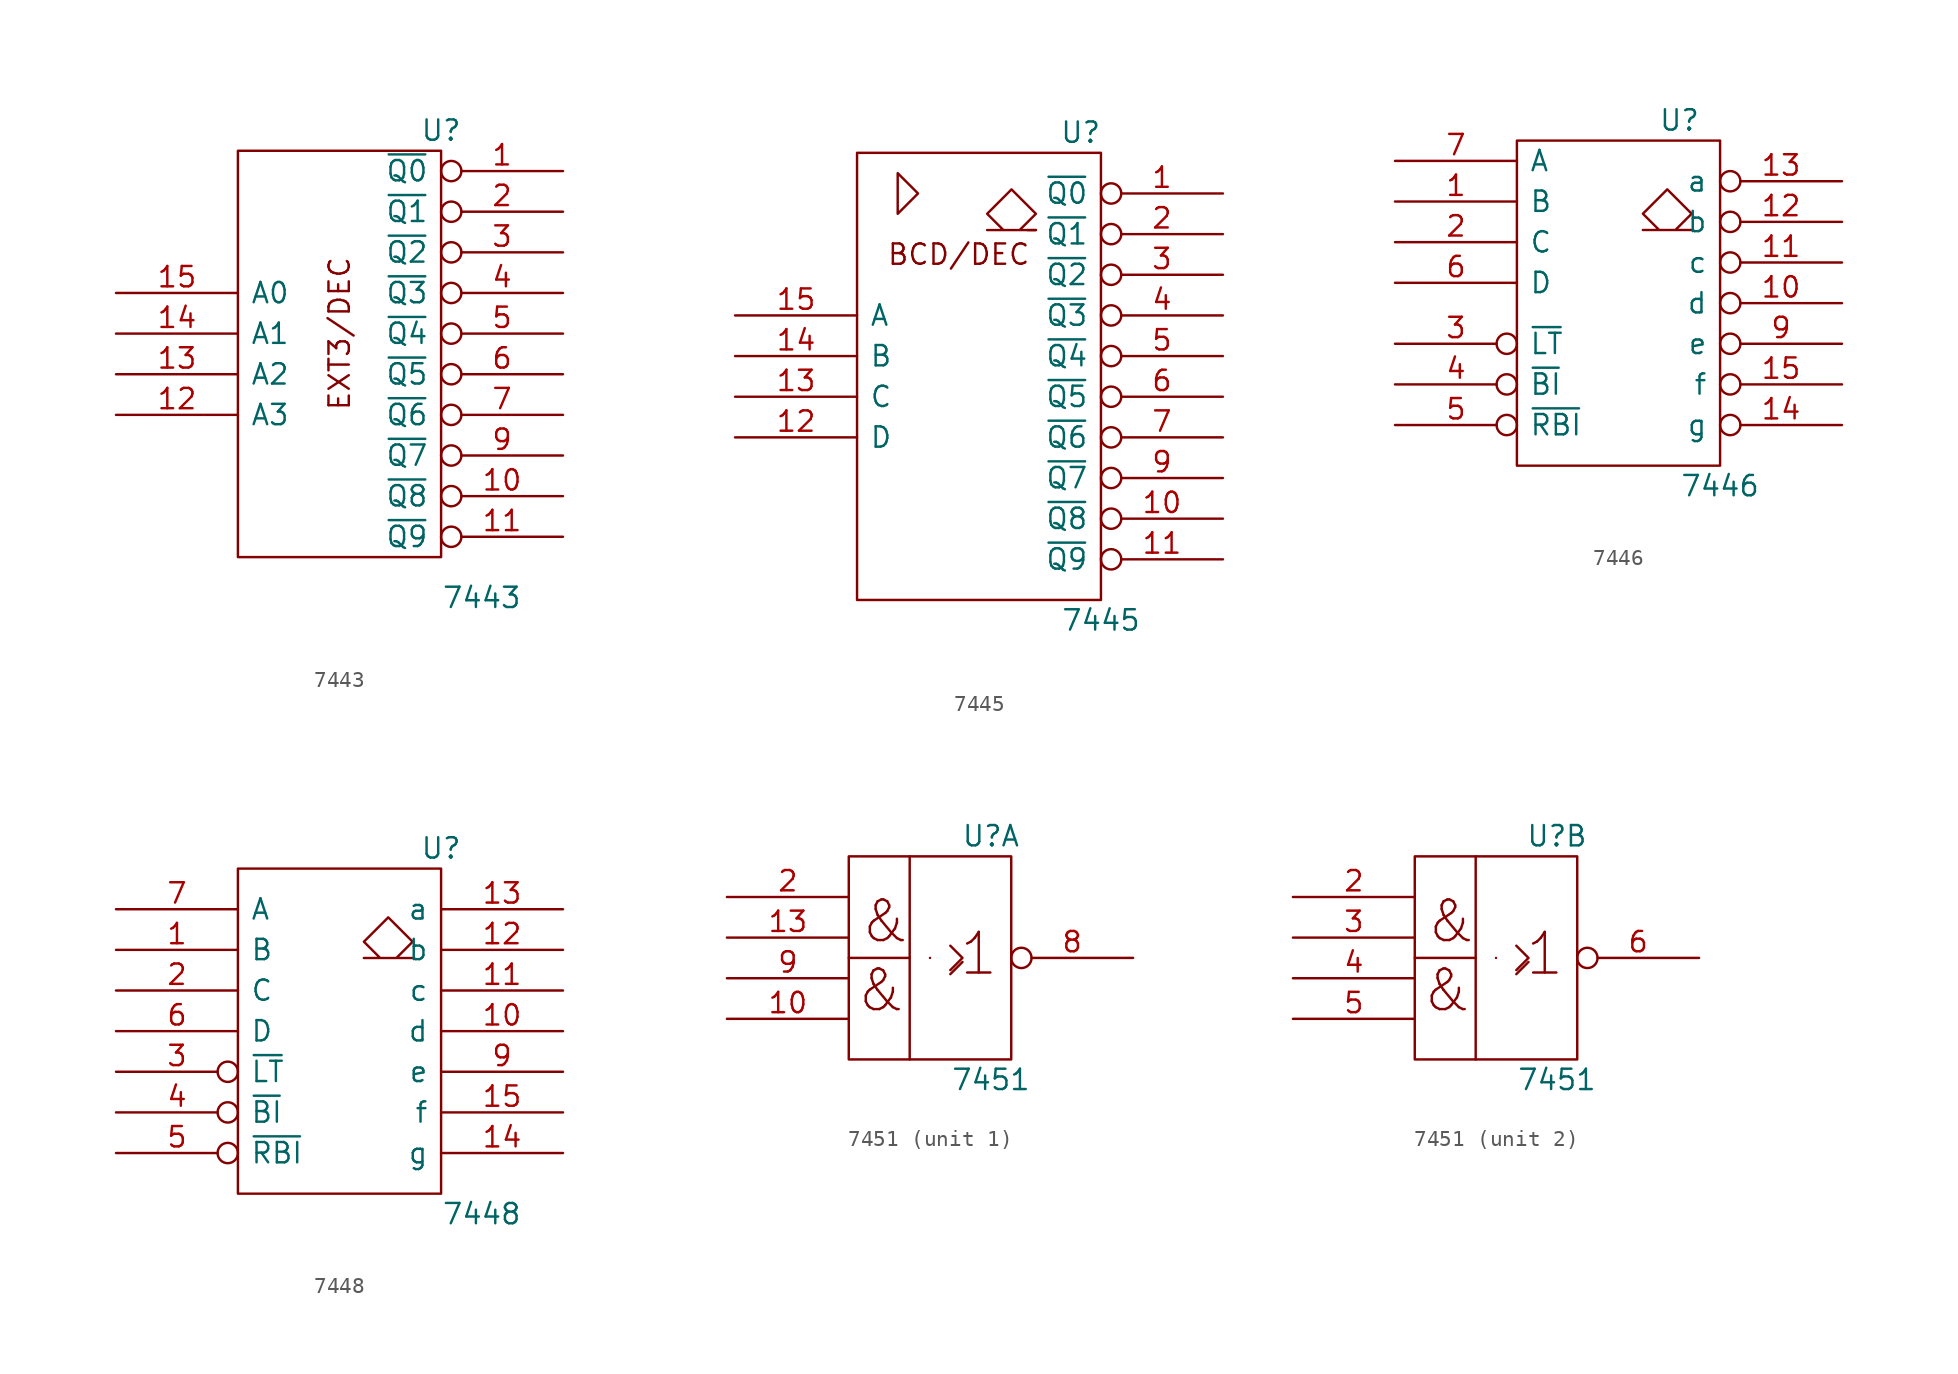
<source format=kicad_sym>
(kicad_symbol_lib
  (version 20201005)
  (generator kicad_symbol_editor)
  (symbol "74xx_IEEE:7443"
    (pin_names
      (offset 0.762))
    (property "Reference" "U"
      (at 6.35 13.97 0)
      (effects (font (size 1.27 1.27))))
    (property "Value" "7443"
      (at 8.89 -15.24 0)
      (effects (font (size 1.27 1.27))))
    (symbol "7443_0_0"
      (text "EXT3/DEC" (at 0 1.27 900) (effects (font (size 1.27 1.27))))
      (rectangle (start -6.35 12.7) (end 6.35 -12.7) (stroke (width 0)) (fill (type none)))
      (pin power_in line (at 0 12.7 270) (length 0) hide (name "VCC" (effects (font (size 1.27 1.27)))) (number "16" (effects (font (size 1.27 1.27)))))
      (pin power_in line (at 0 -12.7 90) (length 0) hide (name "GND" (effects (font (size 1.27 1.27)))) (number "8" (effects (font (size 1.27 1.27))))))
    (symbol "7443_1_1"
      (pin output inverted (at 13.97 11.43 180) (length 7.62) (name "~Q0" (effects (font (size 1.27 1.27)))) (number "1" (effects (font (size 1.27 1.27)))))
      (pin output inverted (at 13.97 -8.89 180) (length 7.62) (name "~Q8" (effects (font (size 1.27 1.27)))) (number "10" (effects (font (size 1.27 1.27)))))
      (pin output inverted (at 13.97 -11.43 180) (length 7.62) (name "~Q9" (effects (font (size 1.27 1.27)))) (number "11" (effects (font (size 1.27 1.27)))))
      (pin input line (at -13.97 -3.81 0) (length 7.62) (name "A3" (effects (font (size 1.27 1.27)))) (number "12" (effects (font (size 1.27 1.27)))))
      (pin input line (at -13.97 -1.27 0) (length 7.62) (name "A2" (effects (font (size 1.27 1.27)))) (number "13" (effects (font (size 1.27 1.27)))))
      (pin input line (at -13.97 1.27 0) (length 7.62) (name "A1" (effects (font (size 1.27 1.27)))) (number "14" (effects (font (size 1.27 1.27)))))
      (pin input line (at -13.97 3.81 0) (length 7.62) (name "A0" (effects (font (size 1.27 1.27)))) (number "15" (effects (font (size 1.27 1.27)))))
      (pin output inverted (at 13.97 8.89 180) (length 7.62) (name "~Q1" (effects (font (size 1.27 1.27)))) (number "2" (effects (font (size 1.27 1.27)))))
      (pin output inverted (at 13.97 6.35 180) (length 7.62) (name "~Q2" (effects (font (size 1.27 1.27)))) (number "3" (effects (font (size 1.27 1.27)))))
      (pin output inverted (at 13.97 3.81 180) (length 7.62) (name "~Q3" (effects (font (size 1.27 1.27)))) (number "4" (effects (font (size 1.27 1.27)))))
      (pin output inverted (at 13.97 1.27 180) (length 7.62) (name "~Q4" (effects (font (size 1.27 1.27)))) (number "5" (effects (font (size 1.27 1.27)))))
      (pin output inverted (at 13.97 -1.27 180) (length 7.62) (name "~Q5" (effects (font (size 1.27 1.27)))) (number "6" (effects (font (size 1.27 1.27)))))
      (pin output inverted (at 13.97 -3.81 180) (length 7.62) (name "~Q6" (effects (font (size 1.27 1.27)))) (number "7" (effects (font (size 1.27 1.27)))))
      (pin output inverted (at 13.97 -6.35 180) (length 7.62) (name "~Q7" (effects (font (size 1.27 1.27)))) (number "9" (effects (font (size 1.27 1.27)))))))
  (symbol "74xx_IEEE:7445"
    (pin_names
      (offset 0.762))
    (property "Reference" "U"
      (at 6.35 15.24 0)
      (effects (font (size 1.27 1.27))))
    (property "Value" "7445"
      (at 7.62 -15.24 0)
      (effects (font (size 1.27 1.27))))
    (symbol "7445_0_0"
      (text "BCD/DEC" (at -1.27 7.62 0) (effects (font (size 1.27 1.27))))
      (polyline (pts (xy 3.556 9.144) (xy 3.048 9.144) (xy 3.048 9.144)) (stroke (width 0)) (fill (type none)))
      (polyline (pts (xy -5.08 12.7) (xy -5.08 10.16) (xy -3.81 11.43) (xy -5.08 12.7) (xy -5.08 12.7)) (stroke (width 0)) (fill (type none)))
      (polyline (pts (xy 2.54 9.144) (xy 3.556 10.16) (xy 2.032 11.684) (xy 0.508 10.16) (xy 1.524 9.144) (xy 0.508 9.144) (xy 3.556 9.144)) (stroke (width 0)) (fill (type none)))
      (pin power_in line (at 0 13.97 270) (length 0) hide (name "VCC" (effects (font (size 1.27 1.27)))) (number "16" (effects (font (size 1.27 1.27)))))
      (pin power_in line (at 0 -13.97 90) (length 0) hide (name "GND" (effects (font (size 1.27 1.27)))) (number "8" (effects (font (size 1.27 1.27))))))
    (symbol "7445_0_1"
      (rectangle (start -7.62 13.97) (end 7.62 -13.97) (stroke (width 0)) (fill (type none))))
    (symbol "7445_1_1"
      (pin open_collector inverted (at 15.24 11.43 180) (length 7.62) (name "~Q0" (effects (font (size 1.27 1.27)))) (number "1" (effects (font (size 1.27 1.27)))))
      (pin open_collector inverted (at 15.24 -8.89 180) (length 7.62) (name "~Q8" (effects (font (size 1.27 1.27)))) (number "10" (effects (font (size 1.27 1.27)))))
      (pin open_collector inverted (at 15.24 -11.43 180) (length 7.62) (name "~Q9" (effects (font (size 1.27 1.27)))) (number "11" (effects (font (size 1.27 1.27)))))
      (pin input line (at -15.24 -3.81 0) (length 7.62) (name "D" (effects (font (size 1.27 1.27)))) (number "12" (effects (font (size 1.27 1.27)))))
      (pin input line (at -15.24 -1.27 0) (length 7.62) (name "C" (effects (font (size 1.27 1.27)))) (number "13" (effects (font (size 1.27 1.27)))))
      (pin input line (at -15.24 1.27 0) (length 7.62) (name "B" (effects (font (size 1.27 1.27)))) (number "14" (effects (font (size 1.27 1.27)))))
      (pin input line (at -15.24 3.81 0) (length 7.62) (name "A" (effects (font (size 1.27 1.27)))) (number "15" (effects (font (size 1.27 1.27)))))
      (pin open_collector inverted (at 15.24 8.89 180) (length 7.62) (name "~Q1" (effects (font (size 1.27 1.27)))) (number "2" (effects (font (size 1.27 1.27)))))
      (pin open_collector inverted (at 15.24 6.35 180) (length 7.62) (name "~Q2" (effects (font (size 1.27 1.27)))) (number "3" (effects (font (size 1.27 1.27)))))
      (pin open_collector inverted (at 15.24 3.81 180) (length 7.62) (name "~Q3" (effects (font (size 1.27 1.27)))) (number "4" (effects (font (size 1.27 1.27)))))
      (pin open_collector inverted (at 15.24 1.27 180) (length 7.62) (name "~Q4" (effects (font (size 1.27 1.27)))) (number "5" (effects (font (size 1.27 1.27)))))
      (pin open_collector inverted (at 15.24 -1.27 180) (length 7.62) (name "~Q5" (effects (font (size 1.27 1.27)))) (number "6" (effects (font (size 1.27 1.27)))))
      (pin open_collector inverted (at 15.24 -3.81 180) (length 7.62) (name "~Q6" (effects (font (size 1.27 1.27)))) (number "7" (effects (font (size 1.27 1.27)))))
      (pin open_collector inverted (at 15.24 -6.35 180) (length 7.62) (name "~Q7" (effects (font (size 1.27 1.27)))) (number "9" (effects (font (size 1.27 1.27)))))))
  (symbol "74xx_IEEE:7446"
    (pin_names
      (offset 0.762))
    (property "Reference" "U"
      (at 3.81 11.43 0)
      (effects (font (size 1.27 1.27))))
    (property "Value" "7446"
      (at 6.35 -11.43 0)
      (effects (font (size 1.27 1.27))))
    (symbol "7446_0_0"
      (rectangle (start -6.35 10.16) (end 6.35 -10.16) (stroke (width 0)) (fill (type none)))
      (polyline (pts (xy 3.556 4.572) (xy 4.572 5.588) (xy 3.048 7.112) (xy 1.524 5.588) (xy 2.54 4.572) (xy 1.524 4.572) (xy 4.572 4.572) (xy 4.572 4.572)) (stroke (width 0)) (fill (type none)))
      (pin power_in line (at 0 10.16 270) (length 0) hide (name "VCC" (effects (font (size 1.27 1.27)))) (number "16" (effects (font (size 1.27 1.27)))))
      (pin power_in line (at 0 -10.16 90) (length 0) hide (name "GND" (effects (font (size 1.27 1.27)))) (number "8" (effects (font (size 1.27 1.27))))))
    (symbol "7446_1_1"
      (pin input line (at -13.97 6.35 0) (length 7.62) (name "B" (effects (font (size 1.27 1.27)))) (number "1" (effects (font (size 1.27 1.27)))))
      (pin open_collector inverted (at 13.97 0 180) (length 7.62) (name "d" (effects (font (size 1.27 1.27)))) (number "10" (effects (font (size 1.27 1.27)))))
      (pin open_collector inverted (at 13.97 2.54 180) (length 7.62) (name "c" (effects (font (size 1.27 1.27)))) (number "11" (effects (font (size 1.27 1.27)))))
      (pin open_collector inverted (at 13.97 5.08 180) (length 7.62) (name "b" (effects (font (size 1.27 1.27)))) (number "12" (effects (font (size 1.27 1.27)))))
      (pin open_collector inverted (at 13.97 7.62 180) (length 7.62) (name "a" (effects (font (size 1.27 1.27)))) (number "13" (effects (font (size 1.27 1.27)))))
      (pin open_collector inverted (at 13.97 -7.62 180) (length 7.62) (name "g" (effects (font (size 1.27 1.27)))) (number "14" (effects (font (size 1.27 1.27)))))
      (pin open_collector inverted (at 13.97 -5.08 180) (length 7.62) (name "f" (effects (font (size 1.27 1.27)))) (number "15" (effects (font (size 1.27 1.27)))))
      (pin input line (at -13.97 3.81 0) (length 7.62) (name "C" (effects (font (size 1.27 1.27)))) (number "2" (effects (font (size 1.27 1.27)))))
      (pin input inverted (at -13.97 -2.54 0) (length 7.62) (name "~LT" (effects (font (size 1.27 1.27)))) (number "3" (effects (font (size 1.27 1.27)))))
      (pin input inverted (at -13.97 -5.08 0) (length 7.62) (name "~BI" (effects (font (size 1.27 1.27)))) (number "4" (effects (font (size 1.27 1.27)))))
      (pin input inverted (at -13.97 -7.62 0) (length 7.62) (name "~RBI" (effects (font (size 1.27 1.27)))) (number "5" (effects (font (size 1.27 1.27)))))
      (pin input line (at -13.97 1.27 0) (length 7.62) (name "D" (effects (font (size 1.27 1.27)))) (number "6" (effects (font (size 1.27 1.27)))))
      (pin input line (at -13.97 8.89 0) (length 7.62) (name "A" (effects (font (size 1.27 1.27)))) (number "7" (effects (font (size 1.27 1.27)))))
      (pin open_collector inverted (at 13.97 -2.54 180) (length 7.62) (name "e" (effects (font (size 1.27 1.27)))) (number "9" (effects (font (size 1.27 1.27)))))))
  (symbol "74xx_IEEE:7448"
    (pin_names
      (offset 0.762))
    (property "Reference" "U"
      (at 6.35 11.43 0)
      (effects (font (size 1.27 1.27))))
    (property "Value" "7448"
      (at 8.89 -11.43 0)
      (effects (font (size 1.27 1.27))))
    (symbol "7448_0_0"
      (rectangle (start -6.35 10.16) (end 6.35 -10.16) (stroke (width 0)) (fill (type none)))
      (polyline (pts (xy 3.556 4.572) (xy 4.572 5.588) (xy 3.048 7.112) (xy 1.524 5.588) (xy 2.54 4.572) (xy 1.524 4.572) (xy 4.572 4.572) (xy 4.572 4.572)) (stroke (width 0)) (fill (type none)))
      (pin power_in line (at 0 10.16 270) (length 0) hide (name "VCC" (effects (font (size 1.27 1.27)))) (number "16" (effects (font (size 1.27 1.27)))))
      (pin power_in line (at 0 -10.16 90) (length 0) hide (name "GND" (effects (font (size 1.27 1.27)))) (number "8" (effects (font (size 1.27 1.27))))))
    (symbol "7448_1_1"
      (pin input line (at -13.97 5.08 0) (length 7.62) (name "B" (effects (font (size 1.27 1.27)))) (number "1" (effects (font (size 1.27 1.27)))))
      (pin open_collector line (at 13.97 0 180) (length 7.62) (name "d" (effects (font (size 1.27 1.27)))) (number "10" (effects (font (size 1.27 1.27)))))
      (pin open_collector line (at 13.97 2.54 180) (length 7.62) (name "c" (effects (font (size 1.27 1.27)))) (number "11" (effects (font (size 1.27 1.27)))))
      (pin open_collector line (at 13.97 5.08 180) (length 7.62) (name "b" (effects (font (size 1.27 1.27)))) (number "12" (effects (font (size 1.27 1.27)))))
      (pin open_collector line (at 13.97 7.62 180) (length 7.62) (name "a" (effects (font (size 1.27 1.27)))) (number "13" (effects (font (size 1.27 1.27)))))
      (pin open_collector line (at 13.97 -7.62 180) (length 7.62) (name "g" (effects (font (size 1.27 1.27)))) (number "14" (effects (font (size 1.27 1.27)))))
      (pin open_collector line (at 13.97 -5.08 180) (length 7.62) (name "f" (effects (font (size 1.27 1.27)))) (number "15" (effects (font (size 1.27 1.27)))))
      (pin input line (at -13.97 2.54 0) (length 7.62) (name "C" (effects (font (size 1.27 1.27)))) (number "2" (effects (font (size 1.27 1.27)))))
      (pin input inverted (at -13.97 -2.54 0) (length 7.62) (name "~LT" (effects (font (size 1.27 1.27)))) (number "3" (effects (font (size 1.27 1.27)))))
      (pin input inverted (at -13.97 -5.08 0) (length 7.62) (name "~BI" (effects (font (size 1.27 1.27)))) (number "4" (effects (font (size 1.27 1.27)))))
      (pin input inverted (at -13.97 -7.62 0) (length 7.62) (name "~RBI" (effects (font (size 1.27 1.27)))) (number "5" (effects (font (size 1.27 1.27)))))
      (pin input line (at -13.97 0 0) (length 7.62) (name "D" (effects (font (size 1.27 1.27)))) (number "6" (effects (font (size 1.27 1.27)))))
      (pin input line (at -13.97 7.62 0) (length 7.62) (name "A" (effects (font (size 1.27 1.27)))) (number "7" (effects (font (size 1.27 1.27)))))
      (pin open_collector line (at 13.97 -2.54 180) (length 7.62) (name "e" (effects (font (size 1.27 1.27)))) (number "9" (effects (font (size 1.27 1.27)))))))
  (symbol "74xx_IEEE:7451"
    (pin_names
      (offset 0.762))
    (property "Reference" "U"
      (at 3.81 7.62 0)
      (effects (font (size 1.27 1.27))))
    (property "Value" "7451"
      (at 3.81 -7.62 0)
      (effects (font (size 1.27 1.27))))
    (symbol "7451_0_0"
      (text "&" (at -3.048 -2.032 0) (effects (font (size 2.54 2.54))))
      (text "&" (at -2.794 2.286 0) (effects (font (size 2.54 2.54))))
      (text "1" (at 3.048 0.254 0) (effects (font (size 2.54 2.54))))
      (rectangle (start 0 0) (end 0 0) (stroke (width 0)) (fill (type none)))
      (polyline (pts (xy 1.27 -1.016) (xy 2.032 -0.254) (xy 2.032 -0.254)) (stroke (width 0)) (fill (type none)))
      (polyline (pts (xy 1.27 0.762) (xy 2.032 0) (xy 1.27 -0.762) (xy 1.27 -0.762)) (stroke (width 0)) (fill (type none))))
    (symbol "7451_0_1"
      (rectangle (start -5.08 6.35) (end 5.08 -6.35) (stroke (width 0)) (fill (type none)))
      (polyline (pts (xy -1.27 0) (xy -1.27 -6.35) (xy -1.27 -6.35)) (stroke (width 0)) (fill (type none)))
      (polyline (pts (xy -1.27 6.35) (xy -1.27 0) (xy -5.08 0) (xy -5.08 0)) (stroke (width 0)) (fill (type none)))
      (pin power_in line (at 0 6.35 270) (length 0) hide (name "VCC" (effects (font (size 1.27 1.27)))) (number "14" (effects (font (size 1.27 1.27)))))
      (pin power_in line (at 0 -6.35 90) (length 0) hide (name "GND" (effects (font (size 1.27 1.27)))) (number "7" (effects (font (size 1.27 1.27))))))
    (symbol "7451_1_1"
      (pin input line (at -12.7 -3.81 0) (length 7.62) (name "~" (effects (font (size 1.27 1.27)))) (number "10" (effects (font (size 1.27 1.27)))))
      (pin input line (at -12.7 1.27 0) (length 7.62) (name "~" (effects (font (size 1.27 1.27)))) (number "13" (effects (font (size 1.27 1.27)))))
      (pin input line (at -12.7 3.81 0) (length 7.62) (name "~" (effects (font (size 1.27 1.27)))) (number "2" (effects (font (size 1.27 1.27)))))
      (pin output inverted (at 12.7 0 180) (length 7.62) (name "~" (effects (font (size 1.27 1.27)))) (number "8" (effects (font (size 1.27 1.27)))))
      (pin input line (at -12.7 -1.27 0) (length 7.62) (name "~" (effects (font (size 1.27 1.27)))) (number "9" (effects (font (size 1.27 1.27))))))
    (symbol "7451_2_1"
      (pin input line (at -12.7 3.81 0) (length 7.62) (name "~" (effects (font (size 1.27 1.27)))) (number "2" (effects (font (size 1.27 1.27)))))
      (pin input line (at -12.7 1.27 0) (length 7.62) (name "~" (effects (font (size 1.27 1.27)))) (number "3" (effects (font (size 1.27 1.27)))))
      (pin input line (at -12.7 -1.27 0) (length 7.62) (name "~" (effects (font (size 1.27 1.27)))) (number "4" (effects (font (size 1.27 1.27)))))
      (pin input line (at -12.7 -3.81 0) (length 7.62) (name "~" (effects (font (size 1.27 1.27)))) (number "5" (effects (font (size 1.27 1.27)))))
      (pin output inverted (at 12.7 0 180) (length 7.62) (name "~" (effects (font (size 1.27 1.27)))) (number "6" (effects (font (size 1.27 1.27))))))))
</source>
